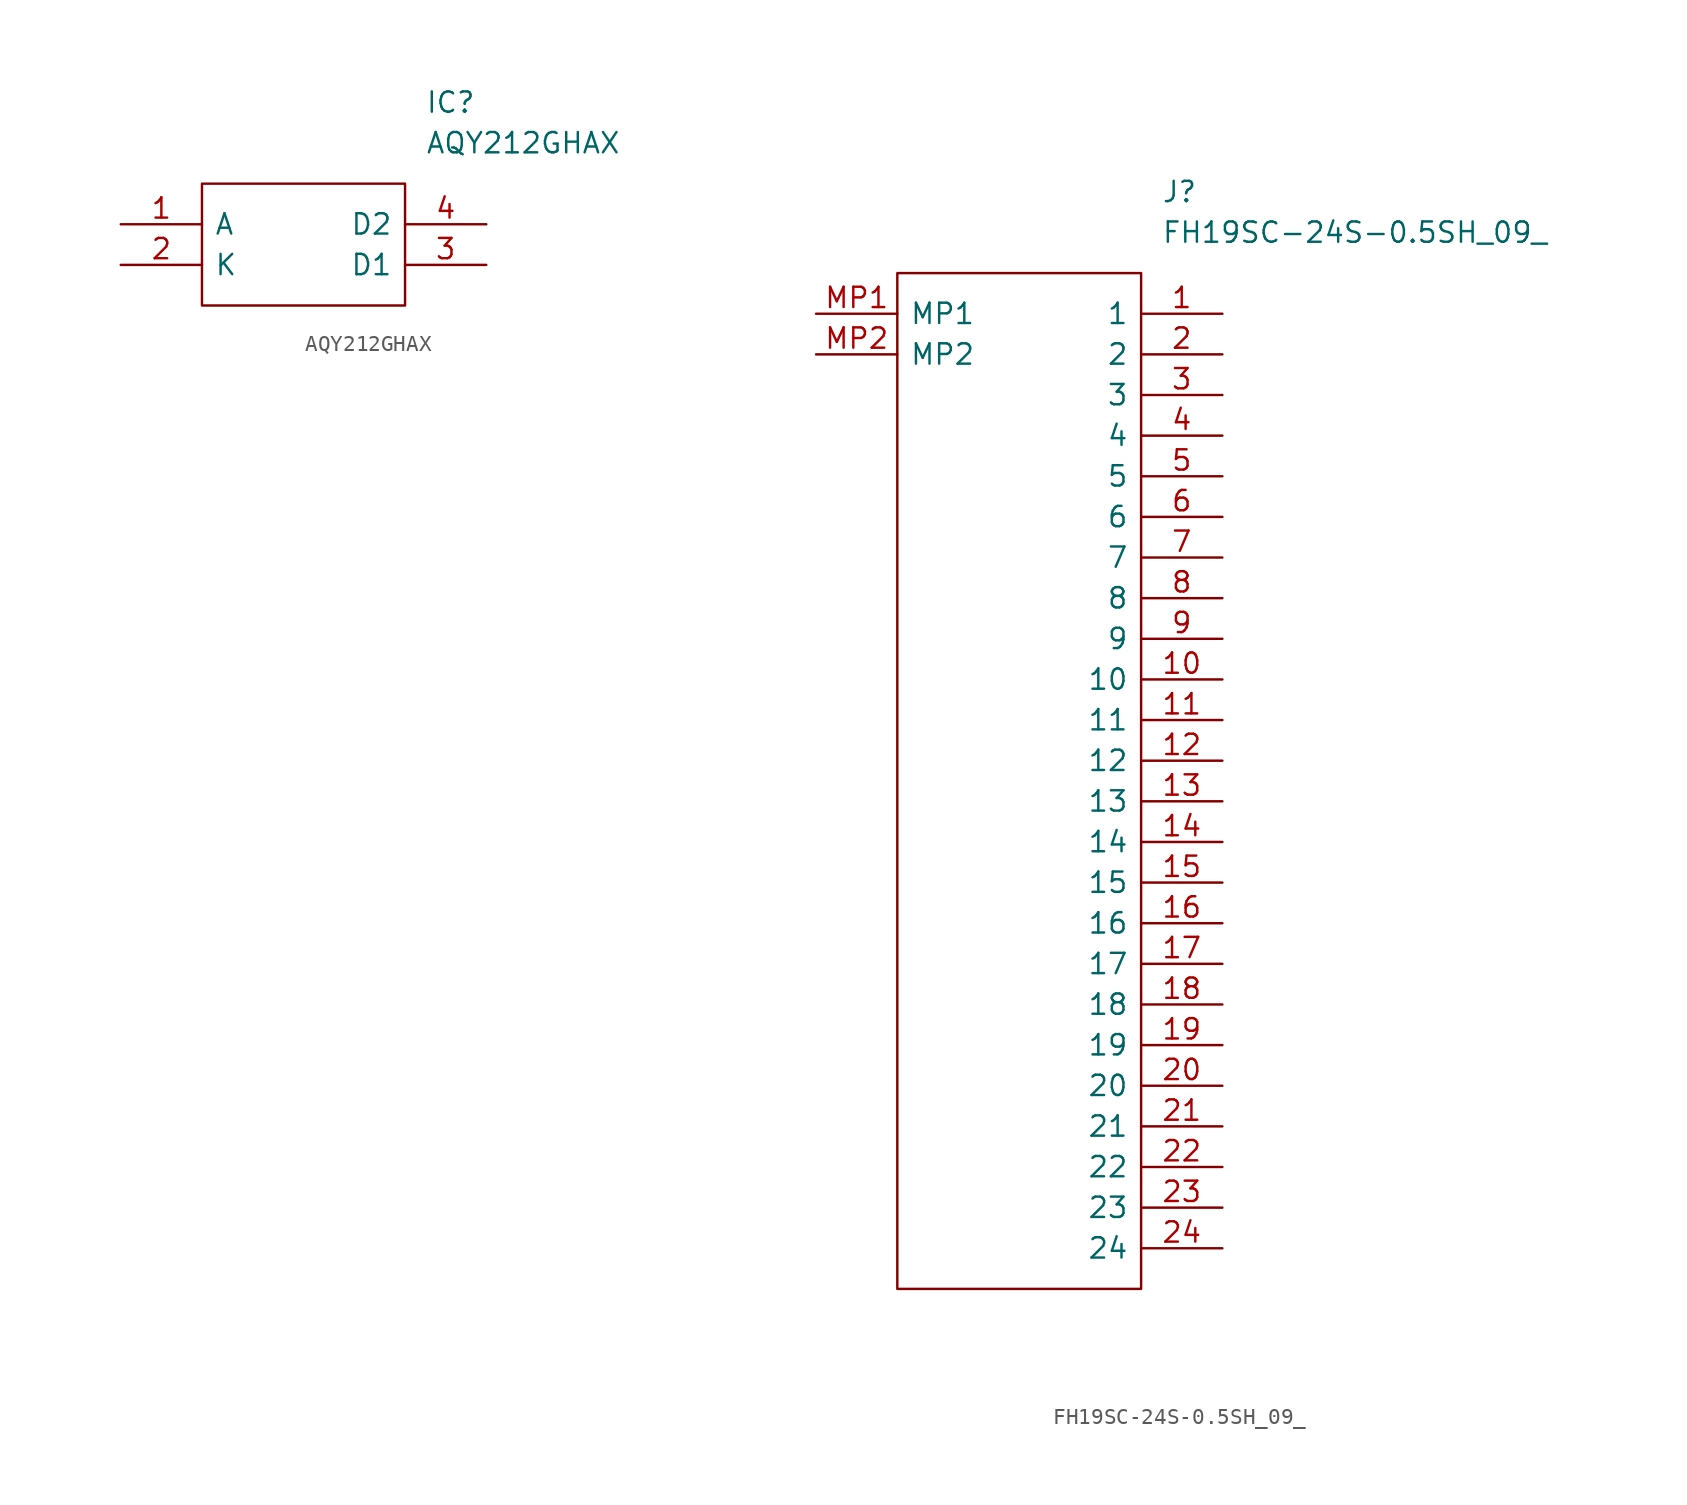
<source format=kicad_sym>
(kicad_symbol_lib
  (version 20211014)
  (generator kicad_symbol_editor)
  (symbol "AQY212GHAX"
    (pin_names
      (offset 0.762))
    (property "Reference" "IC"
      (at 19.05 7.62 0)
      (effects (font (size 1.27 1.27)) (justify left)))
    (property "Value" "AQY212GHAX"
      (at 19.05 5.08 0)
      (effects (font (size 1.27 1.27)) (justify left)))
    (symbol "AQY212GHAX_0_0"
      (pin passive line (at 0 0 0) (length 5.08) (name "A" (effects (font (size 1.27 1.27)))) (number "1" (effects (font (size 1.27 1.27)))))
      (pin passive line (at 0 -2.54 0) (length 5.08) (name "K" (effects (font (size 1.27 1.27)))) (number "2" (effects (font (size 1.27 1.27)))))
      (pin passive line (at 22.86 -2.54 180) (length 5.08) (name "D1" (effects (font (size 1.27 1.27)))) (number "3" (effects (font (size 1.27 1.27)))))
      (pin passive line (at 22.86 0 180) (length 5.08) (name "D2" (effects (font (size 1.27 1.27)))) (number "4" (effects (font (size 1.27 1.27))))))
    (symbol "AQY212GHAX_0_1"
      (polyline (pts (xy 5.08 2.54) (xy 17.78 2.54) (xy 17.78 -5.08) (xy 5.08 -5.08) (xy 5.08 2.54)) (stroke (width 0.152) (type default) (color 0 0 0 0)) (fill (type none)))))
  (symbol "FH19SC-24S-0.5SH_09_"
    (pin_names
      (offset 0.762))
    (property "Reference" "J"
      (at 21.59 7.62 0)
      (effects (font (size 1.27 1.27)) (justify left)))
    (property "Value" "FH19SC-24S-0.5SH_09_"
      (at 21.59 5.08 0)
      (effects (font (size 1.27 1.27)) (justify left)))
    (symbol "FH19SC-24S-0.5SH_09__0_0"
      (pin passive line (at 25.4 0 180) (length 5.08) (name "1" (effects (font (size 1.27 1.27)))) (number "1" (effects (font (size 1.27 1.27)))))
      (pin passive line (at 25.4 -22.86 180) (length 5.08) (name "10" (effects (font (size 1.27 1.27)))) (number "10" (effects (font (size 1.27 1.27)))))
      (pin passive line (at 25.4 -25.4 180) (length 5.08) (name "11" (effects (font (size 1.27 1.27)))) (number "11" (effects (font (size 1.27 1.27)))))
      (pin passive line (at 25.4 -27.94 180) (length 5.08) (name "12" (effects (font (size 1.27 1.27)))) (number "12" (effects (font (size 1.27 1.27)))))
      (pin passive line (at 25.4 -30.48 180) (length 5.08) (name "13" (effects (font (size 1.27 1.27)))) (number "13" (effects (font (size 1.27 1.27)))))
      (pin passive line (at 25.4 -33.02 180) (length 5.08) (name "14" (effects (font (size 1.27 1.27)))) (number "14" (effects (font (size 1.27 1.27)))))
      (pin passive line (at 25.4 -35.56 180) (length 5.08) (name "15" (effects (font (size 1.27 1.27)))) (number "15" (effects (font (size 1.27 1.27)))))
      (pin passive line (at 25.4 -38.1 180) (length 5.08) (name "16" (effects (font (size 1.27 1.27)))) (number "16" (effects (font (size 1.27 1.27)))))
      (pin passive line (at 25.4 -40.64 180) (length 5.08) (name "17" (effects (font (size 1.27 1.27)))) (number "17" (effects (font (size 1.27 1.27)))))
      (pin passive line (at 25.4 -43.18 180) (length 5.08) (name "18" (effects (font (size 1.27 1.27)))) (number "18" (effects (font (size 1.27 1.27)))))
      (pin passive line (at 25.4 -45.72 180) (length 5.08) (name "19" (effects (font (size 1.27 1.27)))) (number "19" (effects (font (size 1.27 1.27)))))
      (pin passive line (at 25.4 -2.54 180) (length 5.08) (name "2" (effects (font (size 1.27 1.27)))) (number "2" (effects (font (size 1.27 1.27)))))
      (pin passive line (at 25.4 -48.26 180) (length 5.08) (name "20" (effects (font (size 1.27 1.27)))) (number "20" (effects (font (size 1.27 1.27)))))
      (pin passive line (at 25.4 -50.8 180) (length 5.08) (name "21" (effects (font (size 1.27 1.27)))) (number "21" (effects (font (size 1.27 1.27)))))
      (pin passive line (at 25.4 -53.34 180) (length 5.08) (name "22" (effects (font (size 1.27 1.27)))) (number "22" (effects (font (size 1.27 1.27)))))
      (pin passive line (at 25.4 -55.88 180) (length 5.08) (name "23" (effects (font (size 1.27 1.27)))) (number "23" (effects (font (size 1.27 1.27)))))
      (pin passive line (at 25.4 -58.42 180) (length 5.08) (name "24" (effects (font (size 1.27 1.27)))) (number "24" (effects (font (size 1.27 1.27)))))
      (pin passive line (at 25.4 -5.08 180) (length 5.08) (name "3" (effects (font (size 1.27 1.27)))) (number "3" (effects (font (size 1.27 1.27)))))
      (pin passive line (at 25.4 -7.62 180) (length 5.08) (name "4" (effects (font (size 1.27 1.27)))) (number "4" (effects (font (size 1.27 1.27)))))
      (pin passive line (at 25.4 -10.16 180) (length 5.08) (name "5" (effects (font (size 1.27 1.27)))) (number "5" (effects (font (size 1.27 1.27)))))
      (pin passive line (at 25.4 -12.7 180) (length 5.08) (name "6" (effects (font (size 1.27 1.27)))) (number "6" (effects (font (size 1.27 1.27)))))
      (pin passive line (at 25.4 -15.24 180) (length 5.08) (name "7" (effects (font (size 1.27 1.27)))) (number "7" (effects (font (size 1.27 1.27)))))
      (pin passive line (at 25.4 -17.78 180) (length 5.08) (name "8" (effects (font (size 1.27 1.27)))) (number "8" (effects (font (size 1.27 1.27)))))
      (pin passive line (at 25.4 -20.32 180) (length 5.08) (name "9" (effects (font (size 1.27 1.27)))) (number "9" (effects (font (size 1.27 1.27)))))
      (pin passive line (at 0 0 0) (length 5.08) (name "MP1" (effects (font (size 1.27 1.27)))) (number "MP1" (effects (font (size 1.27 1.27)))))
      (pin passive line (at 0 -2.54 0) (length 5.08) (name "MP2" (effects (font (size 1.27 1.27)))) (number "MP2" (effects (font (size 1.27 1.27))))))
    (symbol "FH19SC-24S-0.5SH_09__0_1"
      (polyline (pts (xy 5.08 2.54) (xy 20.32 2.54) (xy 20.32 -60.96) (xy 5.08 -60.96) (xy 5.08 2.54)) (stroke (width 0.152) (type default) (color 0 0 0 0)) (fill (type none))))))
</source>
